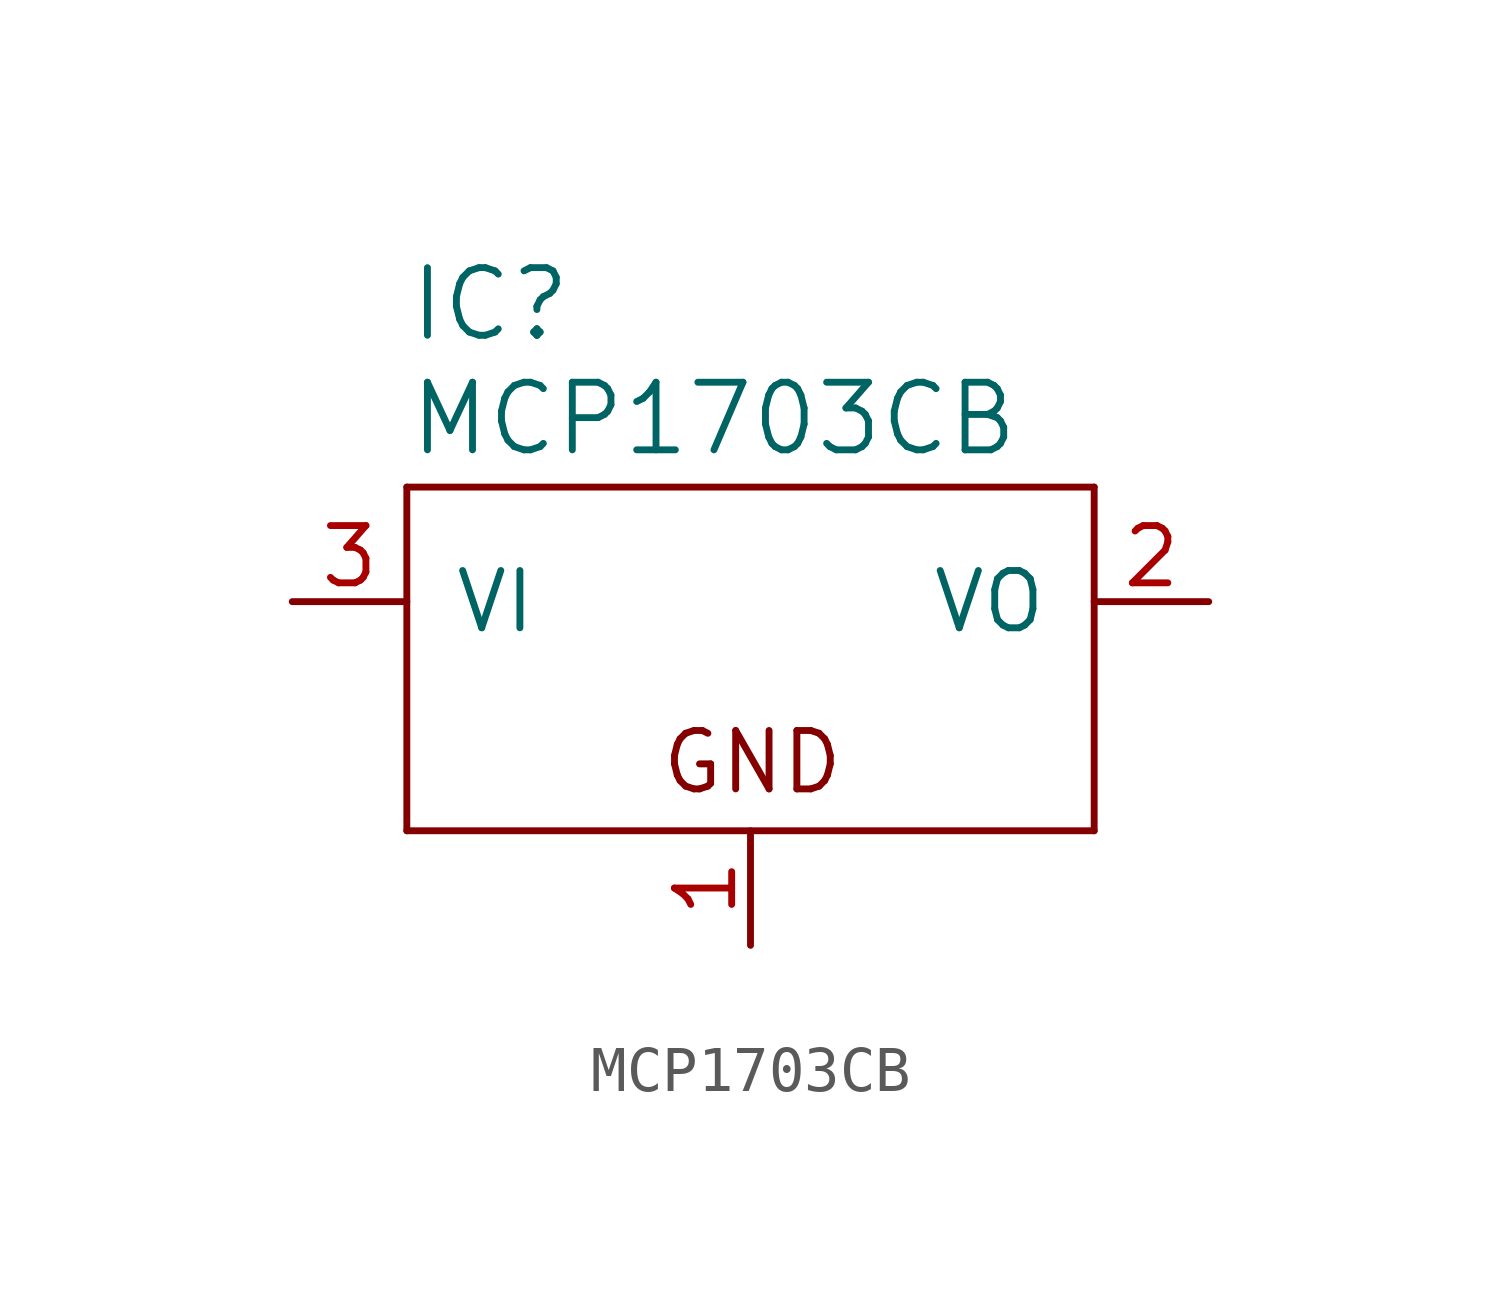
<source format=kicad_sym>
(kicad_symbol_lib
  (version 20211014)
  (generator kicad_symbol_editor)
  (symbol "MCP1703CB"
    (pin_names
      (offset 1.016))
    (property "Reference" "IC"
      (at -7.62 5.715 0)
      (effects (font (size 1.499 1.499)) (justify left bottom)))
    (property "Value" "MCP1703CB"
      (at -7.62 3.175 0)
      (effects (font (size 1.499 1.499)) (justify left bottom)))
    (property "ki_locked" ""
      (at 0 0 0)
      (effects (font (size 1.27 1.27))))
    (symbol "MCP1703CB_1_0"
      (polyline (pts (xy -7.62 -5.08) (xy 7.62 -5.08)) (stroke (width 0) (type default) (color 0 0 0 0)) (fill (type none)))
      (polyline (pts (xy -7.62 2.54) (xy -7.62 -5.08)) (stroke (width 0) (type default) (color 0 0 0 0)) (fill (type none)))
      (polyline (pts (xy 7.62 -5.08) (xy 7.62 2.54)) (stroke (width 0) (type default) (color 0 0 0 0)) (fill (type none)))
      (polyline (pts (xy 7.62 2.54) (xy -7.62 2.54)) (stroke (width 0) (type default) (color 0 0 0 0)) (fill (type none)))
      (text "GND" (at -2.032 -4.318 0) (effects (font (size 1.295 1.295)) (justify left bottom)))
      (pin passive line (at 0 -7.62 90) (length 2.54) (name "GND" (effects (font (size 0 0)))) (number "1" (effects (font (size 1.27 1.27)))))
      (pin passive line (at 10.16 0 180) (length 2.54) (name "VO" (effects (font (size 1.27 1.27)))) (number "2" (effects (font (size 1.27 1.27)))))
      (pin input line (at -10.16 0 0) (length 2.54) (name "VI" (effects (font (size 1.27 1.27)))) (number "3" (effects (font (size 1.27 1.27))))))))
</source>
